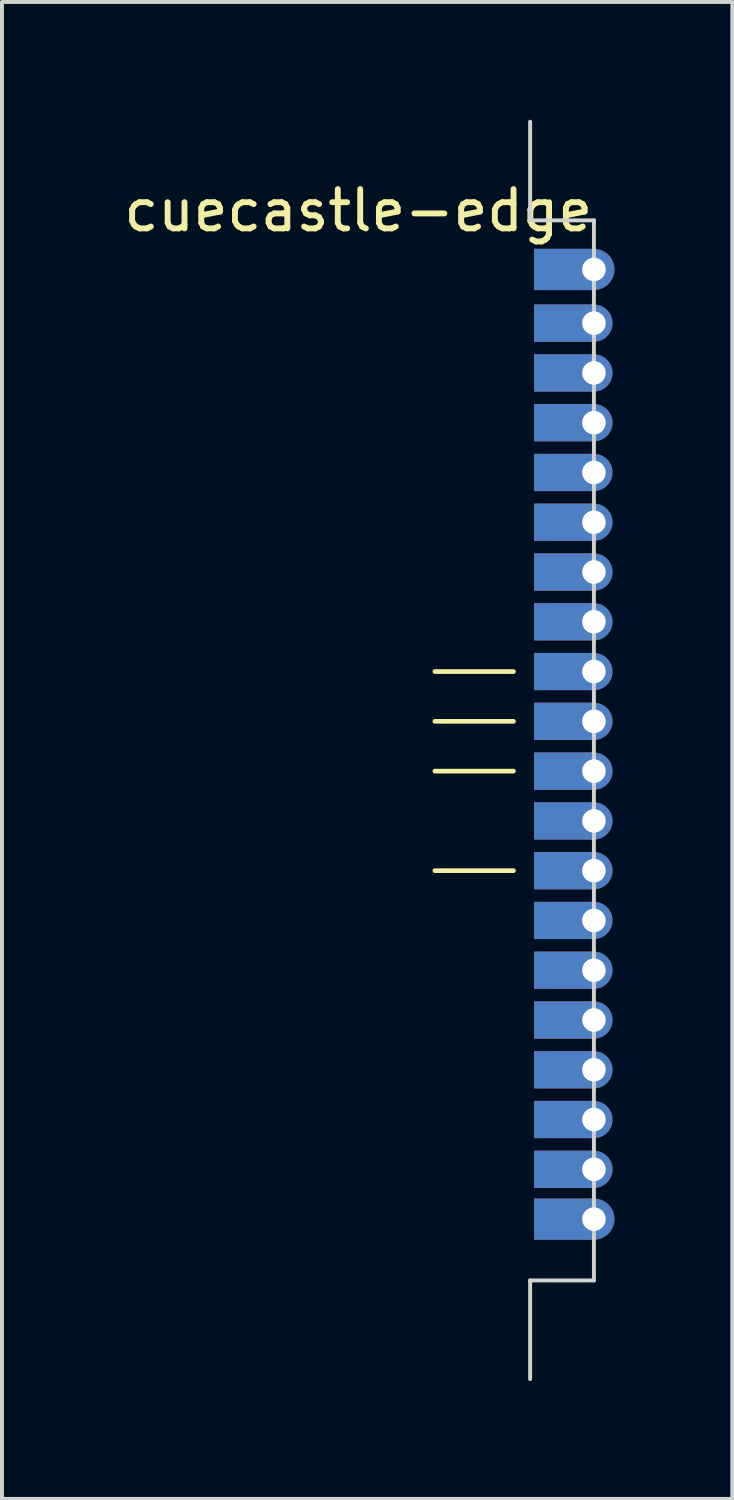
<source format=kicad_pcb>
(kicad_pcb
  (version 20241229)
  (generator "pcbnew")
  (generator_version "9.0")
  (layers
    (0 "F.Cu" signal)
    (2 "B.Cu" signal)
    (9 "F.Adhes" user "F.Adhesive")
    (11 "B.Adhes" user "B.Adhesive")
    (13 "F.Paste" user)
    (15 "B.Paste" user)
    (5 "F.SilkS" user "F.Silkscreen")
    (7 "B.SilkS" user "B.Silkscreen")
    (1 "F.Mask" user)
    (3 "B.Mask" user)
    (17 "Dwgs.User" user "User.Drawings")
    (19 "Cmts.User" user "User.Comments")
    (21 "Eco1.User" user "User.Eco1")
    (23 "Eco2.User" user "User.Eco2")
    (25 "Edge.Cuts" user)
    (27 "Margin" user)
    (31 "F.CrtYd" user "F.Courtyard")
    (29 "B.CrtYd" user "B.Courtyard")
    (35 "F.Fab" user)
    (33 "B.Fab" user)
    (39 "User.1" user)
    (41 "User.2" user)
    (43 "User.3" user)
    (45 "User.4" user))
  (footprint "cuecastle-edge"
    (layer "F.Cu")
    (at 12.077 3.812)
    (property "Reference" "cuecastle-edge" (at -6 -1.5 0) (unlocked yes) (layer "F.SilkS") (effects (font (size 1 1) (thickness 0.15))))
    (attr smd)
    (fp_poly (pts (xy -1.525 -0.525) (xy 0 -0.525) (xy -0.413 -0.263) (xy -0.413 0.263) (xy 0 0.525) (xy -1.525 0.525)) (stroke (width 0) (type solid)) (fill yes) (layer "F.Cu"))
    (fp_poly (pts (xy -1.525 0.893) (xy 0 0.893) (xy -0.387 1.13) (xy -0.387 1.605) (xy 0 1.843) (xy -1.525 1.843)) (stroke (width 0) (type solid)) (fill yes) (layer "F.Cu"))
    (fp_poly (pts (xy -1.525 2.161) (xy 0 2.161) (xy -0.387 2.398) (xy -0.387 2.873) (xy 0 3.111) (xy -1.525 3.111)) (stroke (width 0) (type solid)) (fill yes) (layer "F.Cu"))
    (fp_poly (pts (xy -1.525 3.428) (xy 0 3.428) (xy -0.387 3.666) (xy -0.387 4.141) (xy 0 4.378) (xy -1.525 4.378)) (stroke (width 0) (type solid)) (fill yes) (layer "F.Cu"))
    (fp_poly (pts (xy -1.525 4.696) (xy 0 4.696) (xy -0.387 4.934) (xy -0.387 5.409) (xy 0 5.646) (xy -1.525 5.646)) (stroke (width 0) (type solid)) (fill yes) (layer "F.Cu"))
    (fp_poly (pts (xy -1.525 5.964) (xy 0 5.964) (xy -0.387 6.201) (xy -0.387 6.676) (xy 0 6.914) (xy -1.525 6.914)) (stroke (width 0) (type solid)) (fill yes) (layer "F.Cu"))
    (fp_poly (pts (xy -1.525 7.232) (xy 0 7.232) (xy -0.387 7.469) (xy -0.387 7.944) (xy 0 8.182) (xy -1.525 8.182)) (stroke (width 0) (type solid)) (fill yes) (layer "F.Cu"))
    (fp_poly (pts (xy -1.525 8.499) (xy 0 8.499) (xy -0.387 8.737) (xy -0.387 9.212) (xy 0 9.449) (xy -1.525 9.449)) (stroke (width 0) (type solid)) (fill yes) (layer "F.Cu"))
    (fp_poly (pts (xy -1.525 9.767) (xy 0 9.767) (xy -0.387 10.005) (xy -0.387 10.48) (xy 0 10.717) (xy -1.525 10.717)) (stroke (width 0) (type solid)) (fill yes) (layer "F.Cu"))
    (fp_poly (pts (xy -1.525 11.035) (xy 0 11.035) (xy -0.387 11.272) (xy -0.387 11.747) (xy 0 11.985) (xy -1.525 11.985)) (stroke (width 0) (type solid)) (fill yes) (layer "F.Cu"))
    (fp_poly (pts (xy -1.525 12.303) (xy 0 12.303) (xy -0.387 12.54) (xy -0.387 13.015) (xy 0 13.253) (xy -1.525 13.253)) (stroke (width 0) (type solid)) (fill yes) (layer "F.Cu"))
    (fp_poly (pts (xy -1.525 13.571) (xy 0 13.571) (xy -0.387 13.808) (xy -0.387 14.283) (xy 0 14.521) (xy -1.525 14.521)) (stroke (width 0) (type solid)) (fill yes) (layer "F.Cu"))
    (fp_poly (pts (xy -1.525 14.838) (xy 0 14.838) (xy -0.387 15.076) (xy -0.387 15.551) (xy 0 15.788) (xy -1.525 15.788)) (stroke (width 0) (type solid)) (fill yes) (layer "F.Cu"))
    (fp_poly (pts (xy -1.525 16.106) (xy 0 16.106) (xy -0.387 16.344) (xy -0.387 16.819) (xy 0 17.056) (xy -1.525 17.056)) (stroke (width 0) (type solid)) (fill yes) (layer "F.Cu"))
    (fp_poly (pts (xy -1.525 17.374) (xy 0 17.374) (xy -0.387 17.611) (xy -0.387 18.086) (xy 0 18.324) (xy -1.525 18.324)) (stroke (width 0) (type solid)) (fill yes) (layer "F.Cu"))
    (fp_poly (pts (xy -1.525 18.642) (xy 0 18.642) (xy -0.387 18.879) (xy -0.387 19.354) (xy 0 19.592) (xy -1.525 19.592)) (stroke (width 0) (type solid)) (fill yes) (layer "F.Cu"))
    (fp_poly (pts (xy -1.525 19.909) (xy 0 19.909) (xy -0.387 20.147) (xy -0.387 20.622) (xy 0 20.859) (xy -1.525 20.859)) (stroke (width 0) (type solid)) (fill yes) (layer "F.Cu"))
    (fp_poly (pts (xy -1.525 21.177) (xy 0 21.177) (xy -0.387 21.415) (xy -0.387 21.89) (xy 0 22.127) (xy -1.525 22.127)) (stroke (width 0) (type solid)) (fill yes) (layer "F.Cu"))
    (fp_poly (pts (xy -1.525 22.445) (xy 0 22.445) (xy -0.387 22.682) (xy -0.387 23.157) (xy 0 23.395) (xy -1.525 23.395)) (stroke (width 0) (type solid)) (fill yes) (layer "F.Cu"))
    (fp_poly (pts (xy -1.525 23.663) (xy 0 23.663) (xy -0.413 23.925) (xy -0.413 24.45) (xy 0 24.713) (xy -1.525 24.713)) (stroke (width 0) (type solid)) (fill yes) (layer "F.Cu"))
    (fp_poly (pts (xy -1.525 -0.525) (xy 0 -0.525) (xy -0.413 -0.263) (xy -0.413 0.263) (xy 0 0.525) (xy -1.525 0.525)) (stroke (width 0) (type solid)) (fill yes) (layer "F.Mask"))
    (fp_poly (pts (xy -1.525 0.893) (xy 0 0.893) (xy -0.387 1.13) (xy -0.387 1.605) (xy 0 1.843) (xy -1.525 1.843)) (stroke (width 0) (type solid)) (fill yes) (layer "F.Mask"))
    (fp_poly (pts (xy -1.525 2.161) (xy 0 2.161) (xy -0.387 2.398) (xy -0.387 2.873) (xy 0 3.111) (xy -1.525 3.111)) (stroke (width 0) (type solid)) (fill yes) (layer "F.Mask"))
    (fp_poly (pts (xy -1.525 3.428) (xy 0 3.428) (xy -0.387 3.666) (xy -0.387 4.141) (xy 0 4.378) (xy -1.525 4.378)) (stroke (width 0) (type solid)) (fill yes) (layer "F.Mask"))
    (fp_poly (pts (xy -1.525 4.696) (xy 0 4.696) (xy -0.387 4.934) (xy -0.387 5.409) (xy 0 5.646) (xy -1.525 5.646)) (stroke (width 0) (type solid)) (fill yes) (layer "F.Mask"))
    (fp_poly (pts (xy -1.525 5.964) (xy 0 5.964) (xy -0.387 6.201) (xy -0.387 6.676) (xy 0 6.914) (xy -1.525 6.914)) (stroke (width 0) (type solid)) (fill yes) (layer "F.Mask"))
    (fp_poly (pts (xy -1.525 7.232) (xy 0 7.232) (xy -0.387 7.469) (xy -0.387 7.944) (xy 0 8.182) (xy -1.525 8.182)) (stroke (width 0) (type solid)) (fill yes) (layer "F.Mask"))
    (fp_poly (pts (xy -1.525 8.499) (xy 0 8.499) (xy -0.387 8.737) (xy -0.387 9.212) (xy 0 9.449) (xy -1.525 9.449)) (stroke (width 0) (type solid)) (fill yes) (layer "F.Mask"))
    (fp_poly (pts (xy -1.525 9.767) (xy 0 9.767) (xy -0.387 10.005) (xy -0.387 10.48) (xy 0 10.717) (xy -1.525 10.717)) (stroke (width 0) (type solid)) (fill yes) (layer "F.Mask"))
    (fp_poly (pts (xy -1.525 11.035) (xy 0 11.035) (xy -0.387 11.272) (xy -0.387 11.747) (xy 0 11.985) (xy -1.525 11.985)) (stroke (width 0) (type solid)) (fill yes) (layer "F.Mask"))
    (fp_poly (pts (xy -1.525 12.303) (xy 0 12.303) (xy -0.387 12.54) (xy -0.387 13.015) (xy 0 13.253) (xy -1.525 13.253)) (stroke (width 0) (type solid)) (fill yes) (layer "F.Mask"))
    (fp_poly (pts (xy -1.525 13.571) (xy 0 13.571) (xy -0.387 13.808) (xy -0.387 14.283) (xy 0 14.521) (xy -1.525 14.521)) (stroke (width 0) (type solid)) (fill yes) (layer "F.Mask"))
    (fp_poly (pts (xy -1.525 14.838) (xy 0 14.838) (xy -0.387 15.076) (xy -0.387 15.551) (xy 0 15.788) (xy -1.525 15.788)) (stroke (width 0) (type solid)) (fill yes) (layer "F.Mask"))
    (fp_poly (pts (xy -1.525 16.106) (xy 0 16.106) (xy -0.387 16.344) (xy -0.387 16.819) (xy 0 17.056) (xy -1.525 17.056)) (stroke (width 0) (type solid)) (fill yes) (layer "F.Mask"))
    (fp_poly (pts (xy -1.525 17.374) (xy 0 17.374) (xy -0.387 17.611) (xy -0.387 18.086) (xy 0 18.324) (xy -1.525 18.324)) (stroke (width 0) (type solid)) (fill yes) (layer "F.Mask"))
    (fp_poly (pts (xy -1.525 18.642) (xy 0 18.642) (xy -0.387 18.879) (xy -0.387 19.354) (xy 0 19.592) (xy -1.525 19.592)) (stroke (width 0) (type solid)) (fill yes) (layer "F.Mask"))
    (fp_poly (pts (xy -1.525 19.909) (xy 0 19.909) (xy -0.387 20.147) (xy -0.387 20.622) (xy 0 20.859) (xy -1.525 20.859)) (stroke (width 0) (type solid)) (fill yes) (layer "F.Mask"))
    (fp_poly (pts (xy -1.525 21.177) (xy 0 21.177) (xy -0.387 21.415) (xy -0.387 21.89) (xy 0 22.127) (xy -1.525 22.127)) (stroke (width 0) (type solid)) (fill yes) (layer "F.Mask"))
    (fp_poly (pts (xy -1.525 22.445) (xy 0 22.445) (xy -0.387 22.682) (xy -0.387 23.157) (xy 0 23.395) (xy -1.525 23.395)) (stroke (width 0) (type solid)) (fill yes) (layer "F.Mask"))
    (fp_poly (pts (xy -1.525 23.663) (xy 0 23.663) (xy -0.413 23.925) (xy -0.413 24.45) (xy 0 24.713) (xy -1.525 24.713)) (stroke (width 0) (type solid)) (fill yes) (layer "F.Mask"))
    (fp_poly (pts (xy -1.525 -0.525) (xy 0 -0.525) (xy -0.413 -0.263) (xy -0.413 0.263) (xy 0 0.525) (xy -1.525 0.525)) (stroke (width 0) (type solid)) (fill yes) (layer "B.Cu"))
    (fp_poly (pts (xy -1.525 0.893) (xy 0 0.893) (xy -0.387 1.13) (xy -0.387 1.605) (xy 0 1.843) (xy -1.525 1.843)) (stroke (width 0) (type solid)) (fill yes) (layer "B.Cu"))
    (fp_poly (pts (xy -1.525 2.161) (xy 0 2.161) (xy -0.387 2.398) (xy -0.387 2.873) (xy 0 3.111) (xy -1.525 3.111)) (stroke (width 0) (type solid)) (fill yes) (layer "B.Cu"))
    (fp_poly (pts (xy -1.525 3.428) (xy 0 3.428) (xy -0.387 3.666) (xy -0.387 4.141) (xy 0 4.378) (xy -1.525 4.378)) (stroke (width 0) (type solid)) (fill yes) (layer "B.Cu"))
    (fp_poly (pts (xy -1.525 4.696) (xy 0 4.696) (xy -0.387 4.934) (xy -0.387 5.409) (xy 0 5.646) (xy -1.525 5.646)) (stroke (width 0) (type solid)) (fill yes) (layer "B.Cu"))
    (fp_poly (pts (xy -1.525 5.964) (xy 0 5.964) (xy -0.387 6.201) (xy -0.387 6.676) (xy 0 6.914) (xy -1.525 6.914)) (stroke (width 0) (type solid)) (fill yes) (layer "B.Cu"))
    (fp_poly (pts (xy -1.525 7.232) (xy 0 7.232) (xy -0.387 7.469) (xy -0.387 7.944) (xy 0 8.182) (xy -1.525 8.182)) (stroke (width 0) (type solid)) (fill yes) (layer "B.Cu"))
    (fp_poly (pts (xy -1.525 8.499) (xy 0 8.499) (xy -0.387 8.737) (xy -0.387 9.212) (xy 0 9.449) (xy -1.525 9.449)) (stroke (width 0) (type solid)) (fill yes) (layer "B.Cu"))
    (fp_poly (pts (xy -1.525 9.767) (xy 0 9.767) (xy -0.387 10.005) (xy -0.387 10.48) (xy 0 10.717) (xy -1.525 10.717)) (stroke (width 0) (type solid)) (fill yes) (layer "B.Cu"))
    (fp_poly (pts (xy -1.525 11.035) (xy 0 11.035) (xy -0.387 11.272) (xy -0.387 11.747) (xy 0 11.985) (xy -1.525 11.985)) (stroke (width 0) (type solid)) (fill yes) (layer "B.Cu"))
    (fp_poly (pts (xy -1.525 12.303) (xy 0 12.303) (xy -0.387 12.54) (xy -0.387 13.015) (xy 0 13.253) (xy -1.525 13.253)) (stroke (width 0) (type solid)) (fill yes) (layer "B.Cu"))
    (fp_poly (pts (xy -1.525 13.571) (xy 0 13.571) (xy -0.387 13.808) (xy -0.387 14.283) (xy 0 14.521) (xy -1.525 14.521)) (stroke (width 0) (type solid)) (fill yes) (layer "B.Cu"))
    (fp_poly (pts (xy -1.525 14.838) (xy 0 14.838) (xy -0.387 15.076) (xy -0.387 15.551) (xy 0 15.788) (xy -1.525 15.788)) (stroke (width 0) (type solid)) (fill yes) (layer "B.Cu"))
    (fp_poly (pts (xy -1.525 16.106) (xy 0 16.106) (xy -0.387 16.344) (xy -0.387 16.819) (xy 0 17.056) (xy -1.525 17.056)) (stroke (width 0) (type solid)) (fill yes) (layer "B.Cu"))
    (fp_poly (pts (xy -1.525 17.374) (xy 0 17.374) (xy -0.387 17.611) (xy -0.387 18.086) (xy 0 18.324) (xy -1.525 18.324)) (stroke (width 0) (type solid)) (fill yes) (layer "B.Cu"))
    (fp_poly (pts (xy -1.525 18.642) (xy 0 18.642) (xy -0.387 18.879) (xy -0.387 19.354) (xy 0 19.592) (xy -1.525 19.592)) (stroke (width 0) (type solid)) (fill yes) (layer "B.Cu"))
    (fp_poly (pts (xy -1.525 19.909) (xy 0 19.909) (xy -0.387 20.147) (xy -0.387 20.622) (xy 0 20.859) (xy -1.525 20.859)) (stroke (width 0) (type solid)) (fill yes) (layer "B.Cu"))
    (fp_poly (pts (xy -1.525 21.177) (xy 0 21.177) (xy -0.387 21.415) (xy -0.387 21.89) (xy 0 22.127) (xy -1.525 22.127)) (stroke (width 0) (type solid)) (fill yes) (layer "B.Cu"))
    (fp_poly (pts (xy -1.525 22.445) (xy 0 22.445) (xy -0.387 22.682) (xy -0.387 23.157) (xy 0 23.395) (xy -1.525 23.395)) (stroke (width 0) (type solid)) (fill yes) (layer "B.Cu"))
    (fp_poly (pts (xy -1.525 23.663) (xy 0 23.663) (xy -0.413 23.925) (xy -0.413 24.45) (xy 0 24.713) (xy -1.525 24.713)) (stroke (width 0) (type solid)) (fill yes) (layer "B.Cu"))
    (fp_poly (pts (xy -1.525 -0.525) (xy 0 -0.525) (xy -0.413 -0.263) (xy -0.413 0.263) (xy 0 0.525) (xy -1.525 0.525)) (stroke (width 0) (type solid)) (fill yes) (layer "B.Mask"))
    (fp_poly (pts (xy -1.525 0.893) (xy 0 0.893) (xy -0.387 1.13) (xy -0.387 1.605) (xy 0 1.843) (xy -1.525 1.843)) (stroke (width 0) (type solid)) (fill yes) (layer "B.Mask"))
    (fp_poly (pts (xy -1.525 2.161) (xy 0 2.161) (xy -0.387 2.398) (xy -0.387 2.873) (xy 0 3.111) (xy -1.525 3.111)) (stroke (width 0) (type solid)) (fill yes) (layer "B.Mask"))
    (fp_poly (pts (xy -1.525 3.428) (xy 0 3.428) (xy -0.387 3.666) (xy -0.387 4.141) (xy 0 4.378) (xy -1.525 4.378)) (stroke (width 0) (type solid)) (fill yes) (layer "B.Mask"))
    (fp_poly (pts (xy -1.525 4.696) (xy 0 4.696) (xy -0.387 4.934) (xy -0.387 5.409) (xy 0 5.646) (xy -1.525 5.646)) (stroke (width 0) (type solid)) (fill yes) (layer "B.Mask"))
    (fp_poly (pts (xy -1.525 5.964) (xy 0 5.964) (xy -0.387 6.201) (xy -0.387 6.676) (xy 0 6.914) (xy -1.525 6.914)) (stroke (width 0) (type solid)) (fill yes) (layer "B.Mask"))
    (fp_poly (pts (xy -1.525 7.232) (xy 0 7.232) (xy -0.387 7.469) (xy -0.387 7.944) (xy 0 8.182) (xy -1.525 8.182)) (stroke (width 0) (type solid)) (fill yes) (layer "B.Mask"))
    (fp_poly (pts (xy -1.525 8.499) (xy 0 8.499) (xy -0.387 8.737) (xy -0.387 9.212) (xy 0 9.449) (xy -1.525 9.449)) (stroke (width 0) (type solid)) (fill yes) (layer "B.Mask"))
    (fp_poly (pts (xy -1.525 9.767) (xy 0 9.767) (xy -0.387 10.005) (xy -0.387 10.48) (xy 0 10.717) (xy -1.525 10.717)) (stroke (width 0) (type solid)) (fill yes) (layer "B.Mask"))
    (fp_poly (pts (xy -1.525 11.035) (xy 0 11.035) (xy -0.387 11.272) (xy -0.387 11.747) (xy 0 11.985) (xy -1.525 11.985)) (stroke (width 0) (type solid)) (fill yes) (layer "B.Mask"))
    (fp_poly (pts (xy -1.525 12.303) (xy 0 12.303) (xy -0.387 12.54) (xy -0.387 13.015) (xy 0 13.253) (xy -1.525 13.253)) (stroke (width 0) (type solid)) (fill yes) (layer "B.Mask"))
    (fp_poly (pts (xy -1.525 13.571) (xy 0 13.571) (xy -0.387 13.808) (xy -0.387 14.283) (xy 0 14.521) (xy -1.525 14.521)) (stroke (width 0) (type solid)) (fill yes) (layer "B.Mask"))
    (fp_poly (pts (xy -1.525 14.838) (xy 0 14.838) (xy -0.387 15.076) (xy -0.387 15.551) (xy 0 15.788) (xy -1.525 15.788)) (stroke (width 0) (type solid)) (fill yes) (layer "B.Mask"))
    (fp_poly (pts (xy -1.525 16.106) (xy 0 16.106) (xy -0.387 16.344) (xy -0.387 16.819) (xy 0 17.056) (xy -1.525 17.056)) (stroke (width 0) (type solid)) (fill yes) (layer "B.Mask"))
    (fp_poly (pts (xy -1.525 17.374) (xy 0 17.374) (xy -0.387 17.611) (xy -0.387 18.086) (xy 0 18.324) (xy -1.525 18.324)) (stroke (width 0) (type solid)) (fill yes) (layer "B.Mask"))
    (fp_poly (pts (xy -1.525 18.642) (xy 0 18.642) (xy -0.387 18.879) (xy -0.387 19.354) (xy 0 19.592) (xy -1.525 19.592)) (stroke (width 0) (type solid)) (fill yes) (layer "B.Mask"))
    (fp_poly (pts (xy -1.525 19.909) (xy 0 19.909) (xy -0.387 20.147) (xy -0.387 20.622) (xy 0 20.859) (xy -1.525 20.859)) (stroke (width 0) (type solid)) (fill yes) (layer "B.Mask"))
    (fp_poly (pts (xy -1.525 21.177) (xy 0 21.177) (xy -0.387 21.415) (xy -0.387 21.89) (xy 0 22.127) (xy -1.525 22.127)) (stroke (width 0) (type solid)) (fill yes) (layer "B.Mask"))
    (fp_poly (pts (xy -1.525 22.445) (xy 0 22.445) (xy -0.387 22.682) (xy -0.387 23.157) (xy 0 23.395) (xy -1.525 23.395)) (stroke (width 0) (type solid)) (fill yes) (layer "B.Mask"))
    (fp_poly (pts (xy -1.525 23.663) (xy 0 23.663) (xy -0.413 23.925) (xy -0.413 24.45) (xy 0 24.713) (xy -1.525 24.713)) (stroke (width 0) (type solid)) (fill yes) (layer "B.Mask"))
    (fp_line (start -4.05 10.242) (end -2.05 10.242) (stroke (width 0.12) (type solid)) (layer "F.SilkS"))
    (fp_line (start -4.05 11.51) (end -2.05 11.51) (stroke (width 0.12) (type solid)) (layer "F.SilkS"))
    (fp_line (start -4.05 12.778) (end -2.05 12.778) (stroke (width 0.12) (type solid)) (layer "F.SilkS"))
    (fp_line (start -4.05 15.313) (end -2.05 15.313) (stroke (width 0.12) (type solid)) (layer "F.SilkS"))
    (fp_line (start -1.625 -1.25) (end -1.625 -3.762) (stroke (width 0.1) (type solid)) (layer "Edge.Cuts"))
    (fp_line (start -1.625 25.75) (end 0 25.75) (stroke (width 0.1) (type solid)) (layer "Edge.Cuts"))
    (fp_line (start -1.625 28.263) (end -1.625 25.75) (stroke (width 0.1) (type solid)) (layer "Edge.Cuts"))
    (fp_line (start 0 -1.25) (end -1.625 -1.25) (stroke (width 0.1) (type solid)) (layer "Edge.Cuts"))
    (fp_line (start 0 25.75) (end 0 -1.25) (stroke (width 0.1) (type solid)) (layer "Edge.Cuts"))
    (pad "1" thru_hole custom (at 0 0) (size 1.05 1.05) (drill 0.6) (property pad_prop_castellated) (layers "*.Cu" "*.Mask") (options (anchor circle)) (primitives))
    (pad "2" thru_hole custom (at 0 1.368) (size 0.95 0.95) (drill 0.6) (property pad_prop_castellated) (layers "*.Cu" "*.Mask") (options (anchor circle)) (primitives))
    (pad "3" thru_hole custom (at 0 2.636) (size 0.95 0.95) (drill 0.6) (property pad_prop_castellated) (layers "*.Cu" "*.Mask") (options (anchor circle)) (primitives))
    (pad "4" thru_hole custom (at 0 3.903) (size 0.95 0.95) (drill 0.6) (property pad_prop_castellated) (layers "*.Cu" "*.Mask") (options (anchor circle)) (primitives))
    (pad "5" thru_hole custom (at 0 5.171) (size 0.95 0.95) (drill 0.6) (property pad_prop_castellated) (layers "*.Cu" "*.Mask") (options (anchor circle)) (primitives))
    (pad "6" thru_hole custom (at 0 6.439) (size 0.95 0.95) (drill 0.6) (property pad_prop_castellated) (layers "*.Cu" "*.Mask") (options (anchor circle)) (primitives))
    (pad "7" thru_hole custom (at 0 7.707) (size 0.95 0.95) (drill 0.6) (property pad_prop_castellated) (layers "*.Cu" "*.Mask") (options (anchor circle)) (primitives))
    (pad "8" thru_hole custom (at 0 8.974) (size 0.95 0.95) (drill 0.6) (property pad_prop_castellated) (layers "*.Cu" "*.Mask") (options (anchor circle)) (primitives))
    (pad "9" thru_hole custom (at 0 10.242) (size 0.95 0.95) (drill 0.6) (property pad_prop_castellated) (layers "*.Cu" "*.Mask") (options (anchor circle)) (primitives))
    (pad "10" thru_hole custom (at 0 11.51) (size 0.95 0.95) (drill 0.6) (property pad_prop_castellated) (layers "*.Cu" "*.Mask") (options (anchor circle)) (primitives))
    (pad "11" thru_hole custom (at 0 12.778) (size 0.95 0.95) (drill 0.6) (property pad_prop_castellated) (layers "*.Cu" "*.Mask") (options (anchor circle)) (primitives))
    (pad "12" thru_hole custom (at 0 14.046) (size 0.95 0.95) (drill 0.6) (property pad_prop_castellated) (layers "*.Cu" "*.Mask") (options (anchor circle)) (primitives))
    (pad "13" thru_hole custom (at 0 15.313) (size 0.95 0.95) (drill 0.6) (property pad_prop_castellated) (layers "*.Cu" "*.Mask") (options (anchor circle)) (primitives))
    (pad "14" thru_hole custom (at 0 16.581) (size 0.95 0.95) (drill 0.6) (property pad_prop_castellated) (layers "*.Cu" "*.Mask") (options (anchor circle)) (primitives))
    (pad "15" thru_hole custom (at 0 17.849) (size 0.95 0.95) (drill 0.6) (property pad_prop_castellated) (layers "*.Cu" "*.Mask") (options (anchor circle)) (primitives))
    (pad "16" thru_hole custom (at 0 19.117) (size 0.95 0.95) (drill 0.6) (property pad_prop_castellated) (layers "*.Cu" "*.Mask") (options (anchor circle)) (primitives))
    (pad "17" thru_hole custom (at 0 20.384) (size 0.95 0.95) (drill 0.6) (property pad_prop_castellated) (layers "*.Cu" "*.Mask") (options (anchor circle)) (primitives))
    (pad "18" thru_hole custom (at 0 21.652) (size 0.95 0.95) (drill 0.6) (property pad_prop_castellated) (layers "*.Cu" "*.Mask") (options (anchor circle)) (primitives))
    (pad "19" thru_hole custom (at 0 22.92) (size 0.95 0.95) (drill 0.6) (property pad_prop_castellated) (layers "*.Cu" "*.Mask") (options (anchor circle)) (primitives))
    (pad "20" thru_hole custom (at 0 24.188) (size 1.05 1.05) (drill 0.6) (property pad_prop_castellated) (layers "*.Cu" "*.Mask") (options (anchor circle)) (primitives)))
  (gr_rect
    (start -3 -3)
    (end 15.602 35.125)
    (stroke (width 0.1) (type default))
    (fill no)
    (layer "Edge.Cuts")))
</source>
